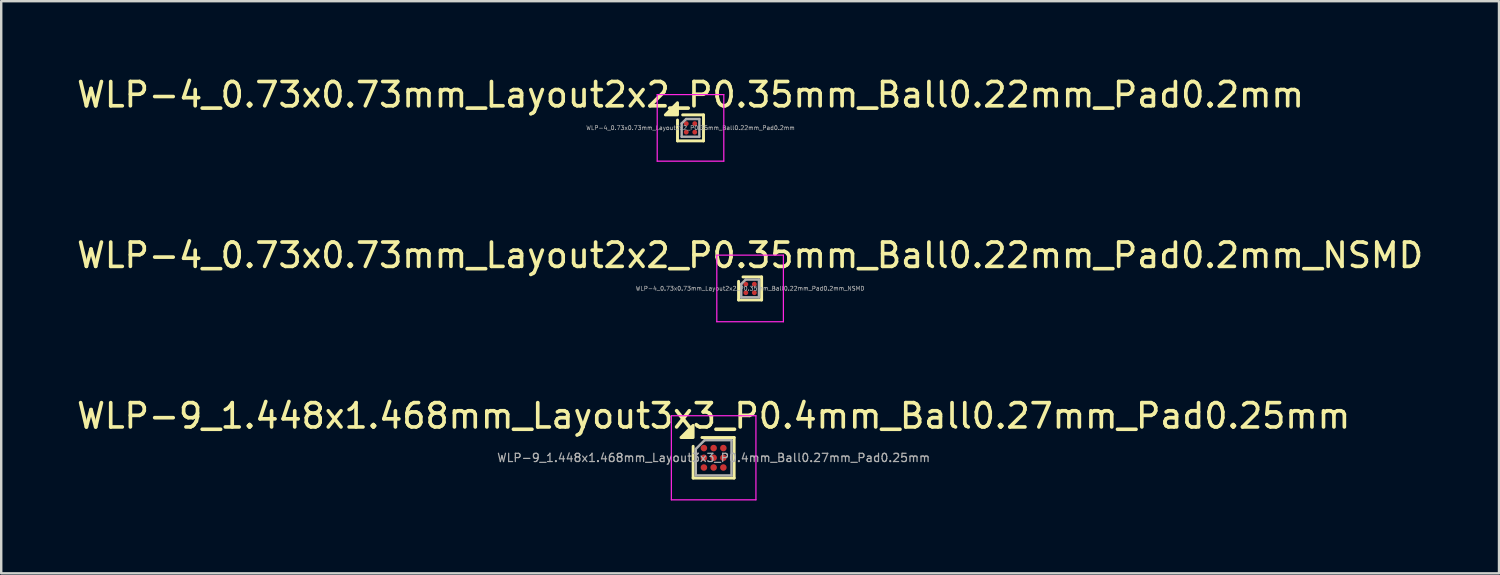
<source format=kicad_pcb>
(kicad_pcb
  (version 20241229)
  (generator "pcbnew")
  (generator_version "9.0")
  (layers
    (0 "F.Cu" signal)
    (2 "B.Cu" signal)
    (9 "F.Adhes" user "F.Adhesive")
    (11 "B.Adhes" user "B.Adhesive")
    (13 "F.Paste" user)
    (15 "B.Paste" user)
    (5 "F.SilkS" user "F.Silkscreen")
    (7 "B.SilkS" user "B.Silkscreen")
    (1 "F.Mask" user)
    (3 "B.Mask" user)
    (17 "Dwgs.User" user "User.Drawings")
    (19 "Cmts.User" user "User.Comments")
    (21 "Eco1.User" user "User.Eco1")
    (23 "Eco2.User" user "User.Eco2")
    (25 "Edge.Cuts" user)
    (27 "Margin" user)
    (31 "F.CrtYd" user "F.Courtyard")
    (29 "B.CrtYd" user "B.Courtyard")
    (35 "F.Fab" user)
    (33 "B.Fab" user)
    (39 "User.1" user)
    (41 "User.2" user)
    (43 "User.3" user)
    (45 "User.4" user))
  (footprint "WLP-4_0.73x0.73mm_Layout2x2_P0.35mm_Ball0.22mm_Pad0.2mm_NSMD"
    (layer "F.Cu")
    (at 27.815 8.819)
    (property "Reference" "WLP-4_0.73x0.73mm_Layout2x2_P0.35mm_Ball0.22mm_Pad0.2mm_NSMD" (at 0 -1.364 0) (layer "F.SilkS") (effects (font (size 1 1) (thickness 0.15))))
    (attr smd)
    (fp_line (start -0.474 0.474) (end -0.474 -0.292) (stroke (width 0.12) (type solid)) (layer "F.SilkS"))
    (fp_line (start -0.292 -0.474) (end 0.474 -0.474) (stroke (width 0.12) (type solid)) (layer "F.SilkS"))
    (fp_line (start 0.474 -0.474) (end 0.474 0.474) (stroke (width 0.12) (type solid)) (layer "F.SilkS"))
    (fp_line (start 0.474 0.474) (end -0.474 0.474) (stroke (width 0.12) (type solid)) (layer "F.SilkS"))
    (fp_line (start -1.37 -1.37) (end -1.37 1.37) (stroke (width 0.05) (type solid)) (layer "F.CrtYd"))
    (fp_line (start -1.37 1.37) (end 1.37 1.37) (stroke (width 0.05) (type solid)) (layer "F.CrtYd"))
    (fp_line (start 1.37 -1.37) (end -1.37 -1.37) (stroke (width 0.05) (type solid)) (layer "F.CrtYd"))
    (fp_line (start 1.37 1.37) (end 1.37 -1.37) (stroke (width 0.05) (type solid)) (layer "F.CrtYd"))
    (fp_line (start -0.364 -0.182) (end -0.182 -0.364) (stroke (width 0.1) (type solid)) (layer "F.Fab"))
    (fp_line (start -0.364 0.364) (end -0.364 -0.182) (stroke (width 0.1) (type solid)) (layer "F.Fab"))
    (fp_line (start -0.182 -0.364) (end 0.364 -0.364) (stroke (width 0.1) (type solid)) (layer "F.Fab"))
    (fp_line (start 0.364 -0.364) (end 0.364 0.364) (stroke (width 0.1) (type solid)) (layer "F.Fab"))
    (fp_line (start 0.364 0.364) (end -0.364 0.364) (stroke (width 0.1) (type solid)) (layer "F.Fab"))
    (fp_text user "${REFERENCE}" (at 0 0 0) (layer "F.Fab") (effects (font (size 0.17 0.17) (thickness 0.025))))
    (pad "A1" smd circle (at -0.175 -0.175) (size 0.2 0.2) (layers "F.Cu" "F.Mask" "F.Paste"))
    (pad "A2" smd circle (at 0.175 -0.175) (size 0.2 0.2) (layers "F.Cu" "F.Mask" "F.Paste"))
    (pad "B1" smd circle (at -0.175 0.175) (size 0.2 0.2) (layers "F.Cu" "F.Mask" "F.Paste"))
    (pad "B2" smd circle (at 0.175 0.175) (size 0.2 0.2) (layers "F.Cu" "F.Mask" "F.Paste")))
  (footprint "WLP-4_0.73x0.73mm_Layout2x2_P0.35mm_Ball0.22mm_Pad0.2mm"
    (layer "F.Cu")
    (at 25.363 2.212)
    (property "Reference" "WLP-4_0.73x0.73mm_Layout2x2_P0.35mm_Ball0.22mm_Pad0.2mm" (at 0 -1.364 0) (layer "F.SilkS") (effects (font (size 1 1) (thickness 0.15))))
    (attr smd)
    (fp_line (start -0.535 0.535) (end -0.535 -0.323) (stroke (width 0.12) (type solid)) (layer "F.SilkS"))
    (fp_line (start -0.323 -0.535) (end 0.535 -0.535) (stroke (width 0.12) (type solid)) (layer "F.SilkS"))
    (fp_line (start 0.535 -0.535) (end 0.535 0.535) (stroke (width 0.12) (type solid)) (layer "F.SilkS"))
    (fp_line (start 0.535 0.535) (end -0.535 0.535) (stroke (width 0.12) (type solid)) (layer "F.SilkS"))
    (fp_poly (pts (xy -0.535 -0.535) (xy -1.035 -0.535) (xy -0.535 -1.035) (xy -0.535 -0.535)) (stroke (width 0.12) (type solid)) (fill yes) (layer "F.SilkS"))
    (fp_line (start -1.37 -1.37) (end -1.37 1.37) (stroke (width 0.05) (type solid)) (layer "F.CrtYd"))
    (fp_line (start -1.37 1.37) (end 1.37 1.37) (stroke (width 0.05) (type solid)) (layer "F.CrtYd"))
    (fp_line (start 1.37 -1.37) (end -1.37 -1.37) (stroke (width 0.05) (type solid)) (layer "F.CrtYd"))
    (fp_line (start 1.37 1.37) (end 1.37 -1.37) (stroke (width 0.05) (type solid)) (layer "F.CrtYd"))
    (fp_line (start -0.364 -0.182) (end -0.182 -0.364) (stroke (width 0.1) (type solid)) (layer "F.Fab"))
    (fp_line (start -0.364 0.364) (end -0.364 -0.182) (stroke (width 0.1) (type solid)) (layer "F.Fab"))
    (fp_line (start -0.182 -0.364) (end 0.364 -0.364) (stroke (width 0.1) (type solid)) (layer "F.Fab"))
    (fp_line (start 0.364 -0.364) (end 0.364 0.364) (stroke (width 0.1) (type solid)) (layer "F.Fab"))
    (fp_line (start 0.364 0.364) (end -0.364 0.364) (stroke (width 0.1) (type solid)) (layer "F.Fab"))
    (fp_text user "${REFERENCE}" (at 0 0 0) (layer "F.Fab") (effects (font (size 0.17 0.17) (thickness 0.025))))
    (pad "A1" smd circle (at -0.175 -0.175) (size 0.2 0.2) (property pad_prop_bga) (layers "F.Cu" "F.Mask" "F.Paste"))
    (pad "A2" smd circle (at 0.175 -0.175) (size 0.2 0.2) (property pad_prop_bga) (layers "F.Cu" "F.Mask" "F.Paste"))
    (pad "B1" smd circle (at -0.175 0.175) (size 0.2 0.2) (property pad_prop_bga) (layers "F.Cu" "F.Mask" "F.Paste"))
    (pad "B2" smd circle (at 0.175 0.175) (size 0.2 0.2) (property pad_prop_bga) (layers "F.Cu" "F.Mask" "F.Paste")))
  (footprint "WLP-9_1.448x1.468mm_Layout3x3_P0.4mm_Ball0.27mm_Pad0.25mm"
    (layer "F.Cu")
    (at 26.315 15.787)
    (property "Reference" "WLP-9_1.448x1.468mm_Layout3x3_P0.4mm_Ball0.27mm_Pad0.25mm" (at 0 -1.724 0) (layer "F.SilkS") (effects (font (size 1 1) (thickness 0.15))))
    (attr smd)
    (fp_line (start -0.844 0.834) (end -0.844 -0.472) (stroke (width 0.12) (type solid)) (layer "F.SilkS"))
    (fp_line (start -0.482 -0.834) (end 0.844 -0.834) (stroke (width 0.12) (type solid)) (layer "F.SilkS"))
    (fp_line (start 0.844 -0.834) (end 0.844 0.834) (stroke (width 0.12) (type solid)) (layer "F.SilkS"))
    (fp_line (start 0.844 0.834) (end -0.844 0.834) (stroke (width 0.12) (type solid)) (layer "F.SilkS"))
    (fp_poly (pts (xy -0.844 -0.834) (xy -1.344 -0.834) (xy -0.844 -1.334) (xy -0.844 -0.834)) (stroke (width 0.12) (type solid)) (fill yes) (layer "F.SilkS"))
    (fp_line (start -1.74 -1.73) (end -1.74 1.73) (stroke (width 0.05) (type solid)) (layer "F.CrtYd"))
    (fp_line (start -1.74 1.73) (end 1.74 1.73) (stroke (width 0.05) (type solid)) (layer "F.CrtYd"))
    (fp_line (start 1.74 -1.73) (end -1.74 -1.73) (stroke (width 0.05) (type solid)) (layer "F.CrtYd"))
    (fp_line (start 1.74 1.73) (end 1.74 -1.73) (stroke (width 0.05) (type solid)) (layer "F.CrtYd"))
    (fp_line (start -0.734 -0.362) (end -0.372 -0.724) (stroke (width 0.1) (type solid)) (layer "F.Fab"))
    (fp_line (start -0.734 0.724) (end -0.734 -0.362) (stroke (width 0.1) (type solid)) (layer "F.Fab"))
    (fp_line (start -0.372 -0.724) (end 0.734 -0.724) (stroke (width 0.1) (type solid)) (layer "F.Fab"))
    (fp_line (start 0.734 -0.724) (end 0.734 0.724) (stroke (width 0.1) (type solid)) (layer "F.Fab"))
    (fp_line (start 0.734 0.724) (end -0.734 0.724) (stroke (width 0.1) (type solid)) (layer "F.Fab"))
    (fp_text user "${REFERENCE}" (at 0 0 0) (layer "F.Fab") (effects (font (size 0.34 0.34) (thickness 0.051))))
    (pad "A1" smd circle (at -0.4 -0.4) (size 0.27 0.27) (property pad_prop_bga) (layers "F.Cu" "F.Mask" "F.Paste"))
    (pad "A2" smd circle (at 0 -0.4) (size 0.27 0.27) (property pad_prop_bga) (layers "F.Cu" "F.Mask" "F.Paste"))
    (pad "A3" smd circle (at 0.4 -0.4) (size 0.27 0.27) (property pad_prop_bga) (layers "F.Cu" "F.Mask" "F.Paste"))
    (pad "B1" smd circle (at -0.4 0) (size 0.27 0.27) (property pad_prop_bga) (layers "F.Cu" "F.Mask" "F.Paste"))
    (pad "B2" smd circle (at 0 0) (size 0.27 0.27) (property pad_prop_bga) (layers "F.Cu" "F.Mask" "F.Paste"))
    (pad "B3" smd circle (at 0.4 0) (size 0.27 0.27) (property pad_prop_bga) (layers "F.Cu" "F.Mask" "F.Paste"))
    (pad "C1" smd circle (at -0.4 0.4) (size 0.27 0.27) (property pad_prop_bga) (layers "F.Cu" "F.Mask" "F.Paste"))
    (pad "C2" smd circle (at 0 0.4) (size 0.27 0.27) (property pad_prop_bga) (layers "F.Cu" "F.Mask" "F.Paste"))
    (pad "C3" smd circle (at 0.4 0.4) (size 0.27 0.27) (property pad_prop_bga) (layers "F.Cu" "F.Mask" "F.Paste")))
  (gr_rect
    (start -3 -3)
    (end 58.631 20.542)
    (stroke (width 0.1) (type default))
    (fill no)
    (layer "Edge.Cuts")))
</source>
